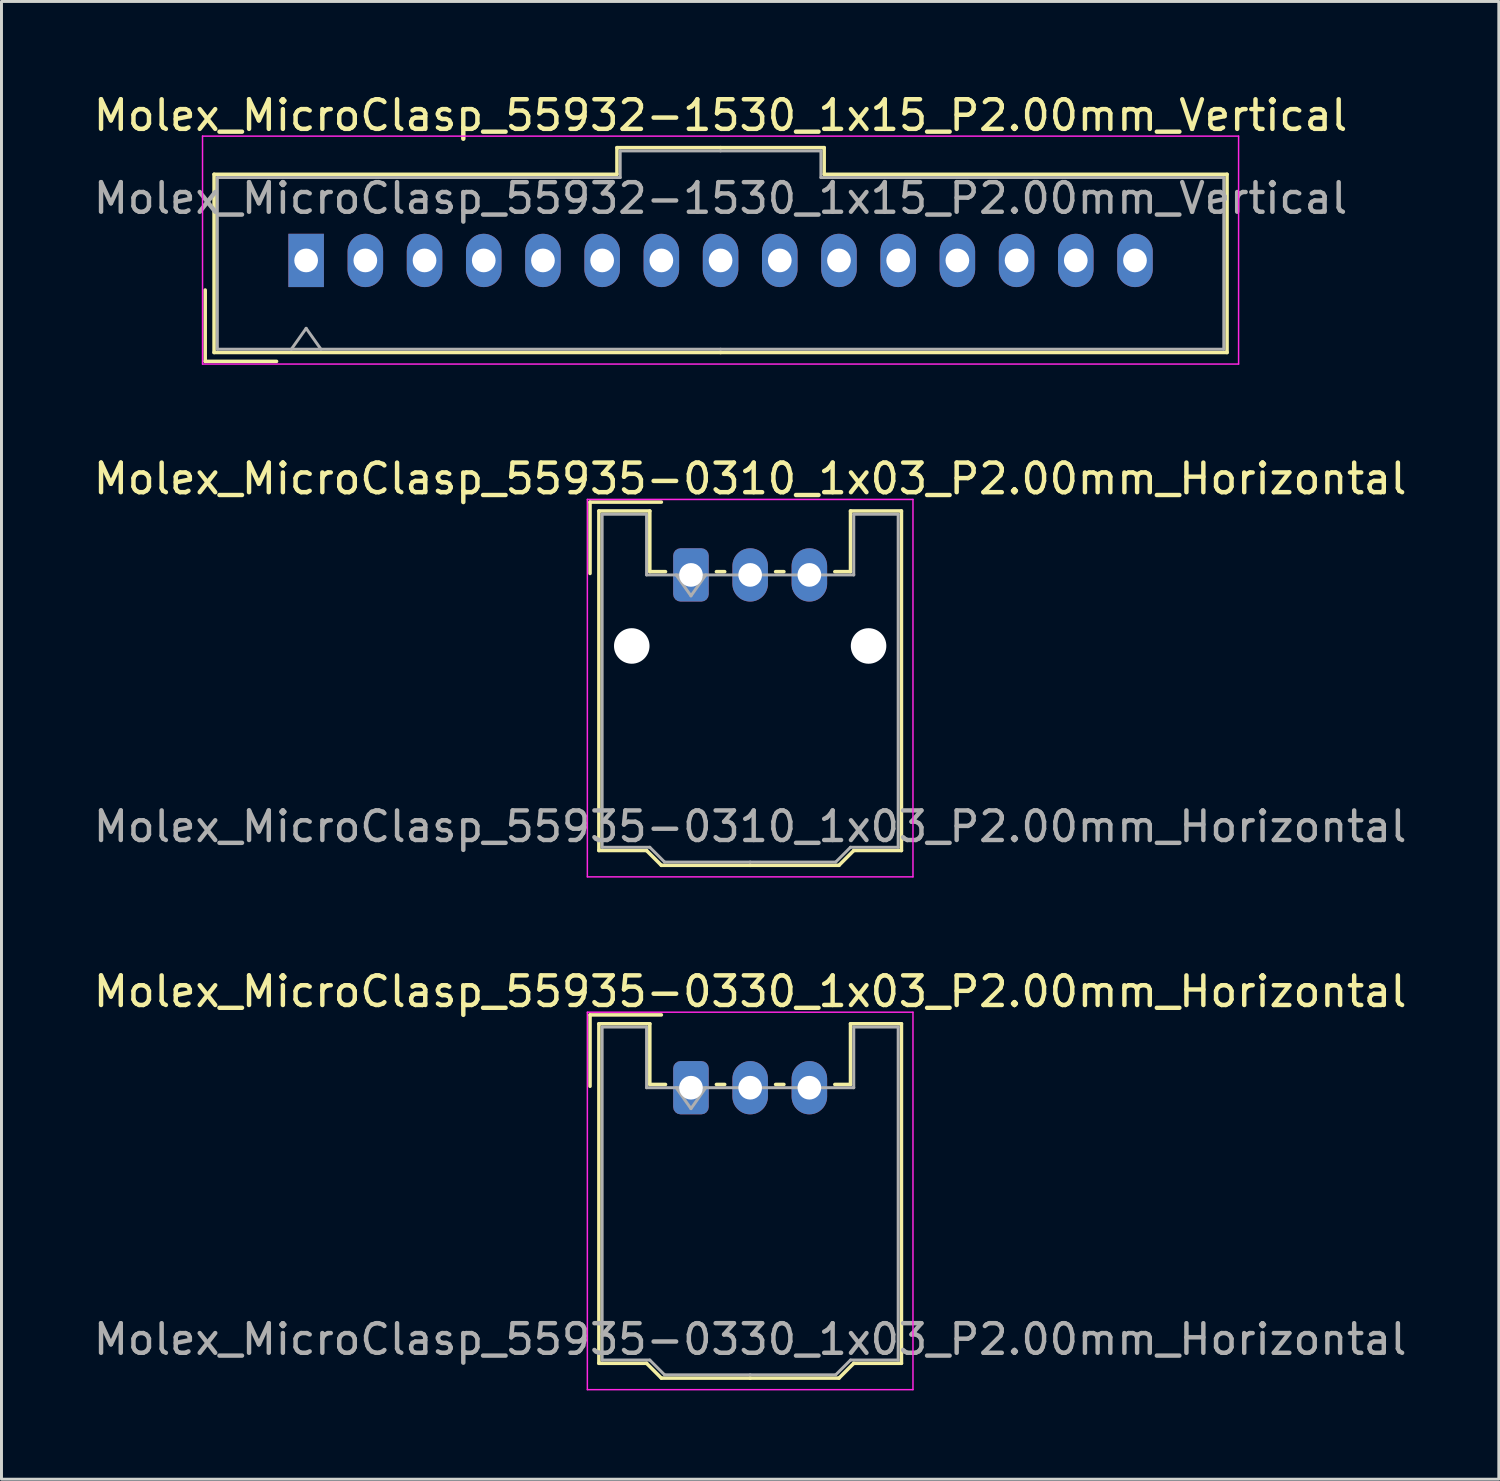
<source format=kicad_pcb>
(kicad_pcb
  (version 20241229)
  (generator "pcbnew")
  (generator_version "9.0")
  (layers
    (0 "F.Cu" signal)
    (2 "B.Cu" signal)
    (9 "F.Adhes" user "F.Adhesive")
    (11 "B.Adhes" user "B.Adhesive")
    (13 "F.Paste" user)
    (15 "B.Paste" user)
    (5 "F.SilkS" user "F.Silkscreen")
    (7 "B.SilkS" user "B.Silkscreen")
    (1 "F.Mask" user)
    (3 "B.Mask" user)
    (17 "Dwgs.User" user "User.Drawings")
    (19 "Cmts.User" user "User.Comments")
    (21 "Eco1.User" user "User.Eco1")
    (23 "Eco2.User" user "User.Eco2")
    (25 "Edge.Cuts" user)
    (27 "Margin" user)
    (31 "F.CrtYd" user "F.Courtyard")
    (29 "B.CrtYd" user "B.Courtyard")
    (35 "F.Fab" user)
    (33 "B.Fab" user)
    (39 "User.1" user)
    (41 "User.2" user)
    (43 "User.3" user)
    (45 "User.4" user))
  (footprint "Molex_MicroClasp_55935-0330_1x03_P2.00mm_Horizontal"
    (layer "F.Cu")
    (at 20.292 33.695)
    (property "Reference" "Molex_MicroClasp_55935-0330_1x03_P2.00mm_Horizontal" (at 2 -3.25 0) (layer "F.SilkS") (effects (font (size 1 1) (thickness 0.15))))
    (attr through_hole)
    (fp_line (start -3.41 -2.46) (end -1 -2.46) (stroke (width 0.12) (type solid)) (layer "F.SilkS"))
    (fp_line (start -3.41 -0.05) (end -3.41 -2.46) (stroke (width 0.12) (type solid)) (layer "F.SilkS"))
    (fp_line (start -3.11 -2.16) (end -1.39 -2.16) (stroke (width 0.12) (type solid)) (layer "F.SilkS"))
    (fp_line (start -3.11 9.31) (end -3.11 -2.16) (stroke (width 0.12) (type solid)) (layer "F.SilkS"))
    (fp_line (start -1.5 9.31) (end -3.11 9.31) (stroke (width 0.12) (type solid)) (layer "F.SilkS"))
    (fp_line (start -1.39 -2.16) (end -1.39 -0.11) (stroke (width 0.12) (type solid)) (layer "F.SilkS"))
    (fp_line (start -1.39 -0.11) (end -0.86 -0.11) (stroke (width 0.12) (type solid)) (layer "F.SilkS"))
    (fp_line (start -1 9.81) (end -1.5 9.31) (stroke (width 0.12) (type solid)) (layer "F.SilkS"))
    (fp_line (start 0.86 -0.11) (end 1.14 -0.11) (stroke (width 0.12) (type solid)) (layer "F.SilkS"))
    (fp_line (start 2 9.81) (end -1 9.81) (stroke (width 0.12) (type solid)) (layer "F.SilkS"))
    (fp_line (start 2 9.81) (end 5 9.81) (stroke (width 0.12) (type solid)) (layer "F.SilkS"))
    (fp_line (start 2.86 -0.11) (end 3.14 -0.11) (stroke (width 0.12) (type solid)) (layer "F.SilkS"))
    (fp_line (start 5 9.81) (end 5.5 9.31) (stroke (width 0.12) (type solid)) (layer "F.SilkS"))
    (fp_line (start 5.39 -2.16) (end 5.39 -0.11) (stroke (width 0.12) (type solid)) (layer "F.SilkS"))
    (fp_line (start 5.39 -0.11) (end 4.86 -0.11) (stroke (width 0.12) (type solid)) (layer "F.SilkS"))
    (fp_line (start 5.5 9.31) (end 7.11 9.31) (stroke (width 0.12) (type solid)) (layer "F.SilkS"))
    (fp_line (start 7.11 -2.16) (end 5.39 -2.16) (stroke (width 0.12) (type solid)) (layer "F.SilkS"))
    (fp_line (start 7.11 9.31) (end 7.11 -2.16) (stroke (width 0.12) (type solid)) (layer "F.SilkS"))
    (fp_line (start -3.5 -2.55) (end -3.5 10.2) (stroke (width 0.05) (type solid)) (layer "F.CrtYd"))
    (fp_line (start -3.5 10.2) (end 7.5 10.2) (stroke (width 0.05) (type solid)) (layer "F.CrtYd"))
    (fp_line (start 7.5 -2.55) (end -3.5 -2.55) (stroke (width 0.05) (type solid)) (layer "F.CrtYd"))
    (fp_line (start 7.5 10.2) (end 7.5 -2.55) (stroke (width 0.05) (type solid)) (layer "F.CrtYd"))
    (fp_line (start -3 -2.05) (end -1.5 -2.05) (stroke (width 0.1) (type solid)) (layer "F.Fab"))
    (fp_line (start -3 9.2) (end -3 -2.05) (stroke (width 0.1) (type solid)) (layer "F.Fab"))
    (fp_line (start -1.5 -2.05) (end -1.5 0) (stroke (width 0.1) (type solid)) (layer "F.Fab"))
    (fp_line (start -1.5 0) (end 2 0) (stroke (width 0.1) (type solid)) (layer "F.Fab"))
    (fp_line (start -1.39 9.2) (end -3 9.2) (stroke (width 0.1) (type solid)) (layer "F.Fab"))
    (fp_line (start -0.89 9.7) (end -1.39 9.2) (stroke (width 0.1) (type solid)) (layer "F.Fab"))
    (fp_line (start -0.5 0) (end 0 0.707) (stroke (width 0.1) (type solid)) (layer "F.Fab"))
    (fp_line (start 0 0.707) (end 0.5 0) (stroke (width 0.1) (type solid)) (layer "F.Fab"))
    (fp_line (start 2 9.7) (end -0.89 9.7) (stroke (width 0.1) (type solid)) (layer "F.Fab"))
    (fp_line (start 2 9.7) (end 4.89 9.7) (stroke (width 0.1) (type solid)) (layer "F.Fab"))
    (fp_line (start 4.89 9.7) (end 5.39 9.2) (stroke (width 0.1) (type solid)) (layer "F.Fab"))
    (fp_line (start 5.39 9.2) (end 7 9.2) (stroke (width 0.1) (type solid)) (layer "F.Fab"))
    (fp_line (start 5.5 -2.05) (end 5.5 0) (stroke (width 0.1) (type solid)) (layer "F.Fab"))
    (fp_line (start 5.5 0) (end 2 0) (stroke (width 0.1) (type solid)) (layer "F.Fab"))
    (fp_line (start 7 -2.05) (end 5.5 -2.05) (stroke (width 0.1) (type solid)) (layer "F.Fab"))
    (fp_line (start 7 9.2) (end 7 -2.05) (stroke (width 0.1) (type solid)) (layer "F.Fab"))
    (fp_text user "${REFERENCE}" (at 2 8.5 0) (layer "F.Fab") (effects (font (size 1 1) (thickness 0.15))))
    (pad "1" thru_hole roundrect (at 0 0) (size 1.2 1.8) (drill 0.8) (layers "*.Cu" "*.Mask") (roundrect_rratio 0.208))
    (pad "2" thru_hole oval (at 2 0) (size 1.2 1.8) (drill 0.8) (layers "*.Cu" "*.Mask"))
    (pad "3" thru_hole oval (at 4 0) (size 1.2 1.8) (drill 0.8) (layers "*.Cu" "*.Mask")))
  (footprint "Molex_MicroClasp_55932-1530_1x15_P2.00mm_Vertical"
    (layer "F.Cu")
    (at 7.292 5.748)
    (property "Reference" "Molex_MicroClasp_55932-1530_1x15_P2.00mm_Vertical" (at 14 -4.9 0) (layer "F.SilkS") (effects (font (size 1 1) (thickness 0.15))))
    (attr through_hole)
    (fp_line (start -3.41 1) (end -3.41 3.41) (stroke (width 0.12) (type solid)) (layer "F.SilkS"))
    (fp_line (start -3.41 3.41) (end -1 3.41) (stroke (width 0.12) (type solid)) (layer "F.SilkS"))
    (fp_line (start -3.11 -2.91) (end -3.11 3.11) (stroke (width 0.12) (type solid)) (layer "F.SilkS"))
    (fp_line (start -3.11 3.11) (end 14 3.11) (stroke (width 0.12) (type solid)) (layer "F.SilkS"))
    (fp_line (start 10.5 -3.81) (end 10.5 -2.91) (stroke (width 0.12) (type solid)) (layer "F.SilkS"))
    (fp_line (start 10.5 -2.91) (end -3.11 -2.91) (stroke (width 0.12) (type solid)) (layer "F.SilkS"))
    (fp_line (start 14 -3.81) (end 10.5 -3.81) (stroke (width 0.12) (type solid)) (layer "F.SilkS"))
    (fp_line (start 14 -3.81) (end 17.5 -3.81) (stroke (width 0.12) (type solid)) (layer "F.SilkS"))
    (fp_line (start 17.5 -3.81) (end 17.5 -2.91) (stroke (width 0.12) (type solid)) (layer "F.SilkS"))
    (fp_line (start 17.5 -2.91) (end 31.11 -2.91) (stroke (width 0.12) (type solid)) (layer "F.SilkS"))
    (fp_line (start 31.11 -2.91) (end 31.11 3.11) (stroke (width 0.12) (type solid)) (layer "F.SilkS"))
    (fp_line (start 31.11 3.11) (end 14 3.11) (stroke (width 0.12) (type solid)) (layer "F.SilkS"))
    (fp_line (start -3.5 -4.2) (end -3.5 3.5) (stroke (width 0.05) (type solid)) (layer "F.CrtYd"))
    (fp_line (start -3.5 3.5) (end 31.5 3.5) (stroke (width 0.05) (type solid)) (layer "F.CrtYd"))
    (fp_line (start 31.5 -4.2) (end -3.5 -4.2) (stroke (width 0.05) (type solid)) (layer "F.CrtYd"))
    (fp_line (start 31.5 3.5) (end 31.5 -4.2) (stroke (width 0.05) (type solid)) (layer "F.CrtYd"))
    (fp_line (start -3 -2.8) (end -3 3) (stroke (width 0.1) (type solid)) (layer "F.Fab"))
    (fp_line (start -3 3) (end 14 3) (stroke (width 0.1) (type solid)) (layer "F.Fab"))
    (fp_line (start -0.5 3) (end 0 2.293) (stroke (width 0.1) (type solid)) (layer "F.Fab"))
    (fp_line (start 0 2.293) (end 0.5 3) (stroke (width 0.1) (type solid)) (layer "F.Fab"))
    (fp_line (start 10.61 -3.7) (end 10.61 -2.8) (stroke (width 0.1) (type solid)) (layer "F.Fab"))
    (fp_line (start 10.61 -2.8) (end -3 -2.8) (stroke (width 0.1) (type solid)) (layer "F.Fab"))
    (fp_line (start 14 -3.7) (end 10.61 -3.7) (stroke (width 0.1) (type solid)) (layer "F.Fab"))
    (fp_line (start 14 -3.7) (end 17.39 -3.7) (stroke (width 0.1) (type solid)) (layer "F.Fab"))
    (fp_line (start 17.39 -3.7) (end 17.39 -2.8) (stroke (width 0.1) (type solid)) (layer "F.Fab"))
    (fp_line (start 17.39 -2.8) (end 31 -2.8) (stroke (width 0.1) (type solid)) (layer "F.Fab"))
    (fp_line (start 31 -2.8) (end 31 3) (stroke (width 0.1) (type solid)) (layer "F.Fab"))
    (fp_line (start 31 3) (end 14 3) (stroke (width 0.1) (type solid)) (layer "F.Fab"))
    (fp_text user "${REFERENCE}" (at 14 -2.1 0) (layer "F.Fab") (effects (font (size 1 1) (thickness 0.15))))
    (pad "1" thru_hole rect (at 0 0) (size 1.2 1.8) (drill 0.8) (layers "*.Cu" "*.Mask"))
    (pad "2" thru_hole oval (at 2 0) (size 1.2 1.8) (drill 0.8) (layers "*.Cu" "*.Mask"))
    (pad "3" thru_hole oval (at 4 0) (size 1.2 1.8) (drill 0.8) (layers "*.Cu" "*.Mask"))
    (pad "4" thru_hole oval (at 6 0) (size 1.2 1.8) (drill 0.8) (layers "*.Cu" "*.Mask"))
    (pad "5" thru_hole oval (at 8 0) (size 1.2 1.8) (drill 0.8) (layers "*.Cu" "*.Mask"))
    (pad "6" thru_hole oval (at 10 0) (size 1.2 1.8) (drill 0.8) (layers "*.Cu" "*.Mask"))
    (pad "7" thru_hole oval (at 12 0) (size 1.2 1.8) (drill 0.8) (layers "*.Cu" "*.Mask"))
    (pad "8" thru_hole oval (at 14 0) (size 1.2 1.8) (drill 0.8) (layers "*.Cu" "*.Mask"))
    (pad "9" thru_hole oval (at 16 0) (size 1.2 1.8) (drill 0.8) (layers "*.Cu" "*.Mask"))
    (pad "10" thru_hole oval (at 18 0) (size 1.2 1.8) (drill 0.8) (layers "*.Cu" "*.Mask"))
    (pad "11" thru_hole oval (at 20 0) (size 1.2 1.8) (drill 0.8) (layers "*.Cu" "*.Mask"))
    (pad "12" thru_hole oval (at 22 0) (size 1.2 1.8) (drill 0.8) (layers "*.Cu" "*.Mask"))
    (pad "13" thru_hole oval (at 24 0) (size 1.2 1.8) (drill 0.8) (layers "*.Cu" "*.Mask"))
    (pad "14" thru_hole oval (at 26 0) (size 1.2 1.8) (drill 0.8) (layers "*.Cu" "*.Mask"))
    (pad "15" thru_hole oval (at 28 0) (size 1.2 1.8) (drill 0.8) (layers "*.Cu" "*.Mask")))
  (footprint "Molex_MicroClasp_55935-0310_1x03_P2.00mm_Horizontal"
    (layer "F.Cu")
    (at 20.292 16.372)
    (property "Reference" "Molex_MicroClasp_55935-0310_1x03_P2.00mm_Horizontal" (at 2 -3.25 0) (layer "F.SilkS") (effects (font (size 1 1) (thickness 0.15))))
    (attr through_hole)
    (fp_line (start -3.41 -2.46) (end -1 -2.46) (stroke (width 0.12) (type solid)) (layer "F.SilkS"))
    (fp_line (start -3.41 -0.05) (end -3.41 -2.46) (stroke (width 0.12) (type solid)) (layer "F.SilkS"))
    (fp_line (start -3.11 -2.16) (end -1.39 -2.16) (stroke (width 0.12) (type solid)) (layer "F.SilkS"))
    (fp_line (start -3.11 9.31) (end -3.11 -2.16) (stroke (width 0.12) (type solid)) (layer "F.SilkS"))
    (fp_line (start -1.5 9.31) (end -3.11 9.31) (stroke (width 0.12) (type solid)) (layer "F.SilkS"))
    (fp_line (start -1.39 -2.16) (end -1.39 -0.11) (stroke (width 0.12) (type solid)) (layer "F.SilkS"))
    (fp_line (start -1.39 -0.11) (end -0.86 -0.11) (stroke (width 0.12) (type solid)) (layer "F.SilkS"))
    (fp_line (start -1 9.81) (end -1.5 9.31) (stroke (width 0.12) (type solid)) (layer "F.SilkS"))
    (fp_line (start 0.86 -0.11) (end 1.14 -0.11) (stroke (width 0.12) (type solid)) (layer "F.SilkS"))
    (fp_line (start 2 9.81) (end -1 9.81) (stroke (width 0.12) (type solid)) (layer "F.SilkS"))
    (fp_line (start 2 9.81) (end 5 9.81) (stroke (width 0.12) (type solid)) (layer "F.SilkS"))
    (fp_line (start 2.86 -0.11) (end 3.14 -0.11) (stroke (width 0.12) (type solid)) (layer "F.SilkS"))
    (fp_line (start 5 9.81) (end 5.5 9.31) (stroke (width 0.12) (type solid)) (layer "F.SilkS"))
    (fp_line (start 5.39 -2.16) (end 5.39 -0.11) (stroke (width 0.12) (type solid)) (layer "F.SilkS"))
    (fp_line (start 5.39 -0.11) (end 4.86 -0.11) (stroke (width 0.12) (type solid)) (layer "F.SilkS"))
    (fp_line (start 5.5 9.31) (end 7.11 9.31) (stroke (width 0.12) (type solid)) (layer "F.SilkS"))
    (fp_line (start 7.11 -2.16) (end 5.39 -2.16) (stroke (width 0.12) (type solid)) (layer "F.SilkS"))
    (fp_line (start 7.11 9.31) (end 7.11 -2.16) (stroke (width 0.12) (type solid)) (layer "F.SilkS"))
    (fp_line (start -3.5 -2.55) (end -3.5 10.2) (stroke (width 0.05) (type solid)) (layer "F.CrtYd"))
    (fp_line (start -3.5 10.2) (end 7.5 10.2) (stroke (width 0.05) (type solid)) (layer "F.CrtYd"))
    (fp_line (start 7.5 -2.55) (end -3.5 -2.55) (stroke (width 0.05) (type solid)) (layer "F.CrtYd"))
    (fp_line (start 7.5 10.2) (end 7.5 -2.55) (stroke (width 0.05) (type solid)) (layer "F.CrtYd"))
    (fp_line (start -3 -2.05) (end -1.5 -2.05) (stroke (width 0.1) (type solid)) (layer "F.Fab"))
    (fp_line (start -3 9.2) (end -3 -2.05) (stroke (width 0.1) (type solid)) (layer "F.Fab"))
    (fp_line (start -1.5 -2.05) (end -1.5 0) (stroke (width 0.1) (type solid)) (layer "F.Fab"))
    (fp_line (start -1.5 0) (end 2 0) (stroke (width 0.1) (type solid)) (layer "F.Fab"))
    (fp_line (start -1.39 9.2) (end -3 9.2) (stroke (width 0.1) (type solid)) (layer "F.Fab"))
    (fp_line (start -0.89 9.7) (end -1.39 9.2) (stroke (width 0.1) (type solid)) (layer "F.Fab"))
    (fp_line (start -0.5 0) (end 0 0.707) (stroke (width 0.1) (type solid)) (layer "F.Fab"))
    (fp_line (start 0 0.707) (end 0.5 0) (stroke (width 0.1) (type solid)) (layer "F.Fab"))
    (fp_line (start 2 9.7) (end -0.89 9.7) (stroke (width 0.1) (type solid)) (layer "F.Fab"))
    (fp_line (start 2 9.7) (end 4.89 9.7) (stroke (width 0.1) (type solid)) (layer "F.Fab"))
    (fp_line (start 4.89 9.7) (end 5.39 9.2) (stroke (width 0.1) (type solid)) (layer "F.Fab"))
    (fp_line (start 5.39 9.2) (end 7 9.2) (stroke (width 0.1) (type solid)) (layer "F.Fab"))
    (fp_line (start 5.5 -2.05) (end 5.5 0) (stroke (width 0.1) (type solid)) (layer "F.Fab"))
    (fp_line (start 5.5 0) (end 2 0) (stroke (width 0.1) (type solid)) (layer "F.Fab"))
    (fp_line (start 7 -2.05) (end 5.5 -2.05) (stroke (width 0.1) (type solid)) (layer "F.Fab"))
    (fp_line (start 7 9.2) (end 7 -2.05) (stroke (width 0.1) (type solid)) (layer "F.Fab"))
    (fp_text user "${REFERENCE}" (at 2 8.5 0) (layer "F.Fab") (effects (font (size 1 1) (thickness 0.15))))
    (pad "" np_thru_hole circle (at -2 2.4) (size 1.2 1.2) (drill 1.2) (layers "*.Cu" "*.Mask"))
    (pad "" np_thru_hole circle (at 6 2.4) (size 1.2 1.2) (drill 1.2) (layers "*.Cu" "*.Mask"))
    (pad "1" thru_hole roundrect (at 0 0) (size 1.2 1.8) (drill 0.8) (layers "*.Cu" "*.Mask") (roundrect_rratio 0.208))
    (pad "2" thru_hole oval (at 2 0) (size 1.2 1.8) (drill 0.8) (layers "*.Cu" "*.Mask"))
    (pad "3" thru_hole oval (at 4 0) (size 1.2 1.8) (drill 0.8) (layers "*.Cu" "*.Mask")))
  (gr_rect
    (start -3 -3)
    (end 47.583 46.92)
    (stroke (width 0.1) (type default))
    (fill no)
    (layer "Edge.Cuts")))
</source>
